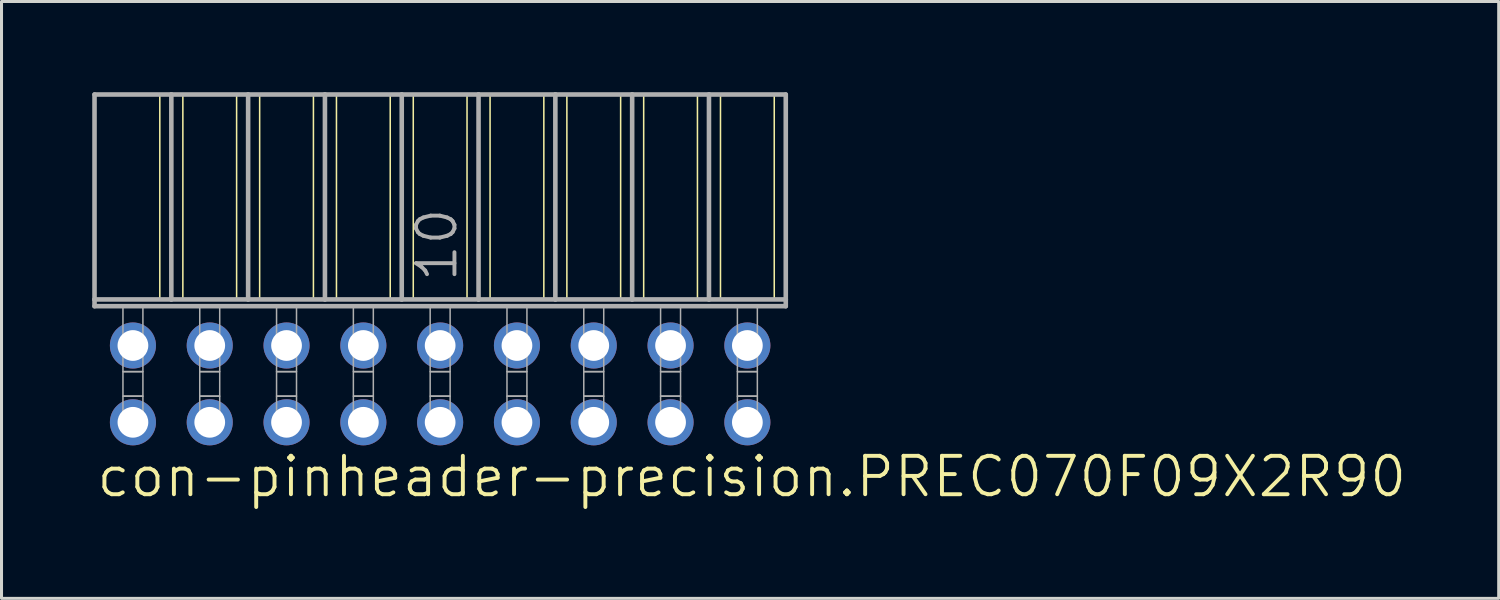
<source format=kicad_pcb>
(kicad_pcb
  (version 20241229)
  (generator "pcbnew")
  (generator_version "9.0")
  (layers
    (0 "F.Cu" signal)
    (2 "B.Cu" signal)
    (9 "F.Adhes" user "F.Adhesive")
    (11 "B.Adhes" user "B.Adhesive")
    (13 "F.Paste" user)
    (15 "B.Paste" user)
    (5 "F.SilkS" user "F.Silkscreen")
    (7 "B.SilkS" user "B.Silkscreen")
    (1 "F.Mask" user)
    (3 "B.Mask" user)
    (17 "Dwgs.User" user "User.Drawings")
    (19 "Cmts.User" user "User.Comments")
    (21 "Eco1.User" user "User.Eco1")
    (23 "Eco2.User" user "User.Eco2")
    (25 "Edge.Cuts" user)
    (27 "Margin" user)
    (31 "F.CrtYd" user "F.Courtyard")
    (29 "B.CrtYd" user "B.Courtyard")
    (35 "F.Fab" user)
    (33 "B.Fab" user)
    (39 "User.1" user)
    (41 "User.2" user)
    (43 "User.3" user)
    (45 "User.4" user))
  (footprint "con-pinheader-precision.PREC070F09X2R90"
    (layer "F.Cu")
    (at 11.506 9.646)
    (property "Reference" "con-pinheader-precision.PREC070F09X2R90" (at -11.43 3.81 0) (layer "F.SilkS") (effects (font (size 1.27 1.27) (thickness 0.13)) (justify left bottom)))
    (attr through_hole)
    (fp_line (start -9.271 -9.57) (end -9.271 -2.794) (stroke (width 0.051) (type default)) (layer "F.SilkS"))
    (fp_line (start -8.509 -9.57) (end -8.509 -2.794) (stroke (width 0.051) (type default)) (layer "F.SilkS"))
    (fp_line (start -6.731 -9.57) (end -6.731 -2.794) (stroke (width 0.051) (type default)) (layer "F.SilkS"))
    (fp_line (start -5.969 -9.57) (end -5.969 -2.794) (stroke (width 0.051) (type default)) (layer "F.SilkS"))
    (fp_line (start -4.191 -9.57) (end -4.191 -2.794) (stroke (width 0.051) (type default)) (layer "F.SilkS"))
    (fp_line (start -3.429 -9.57) (end -3.429 -2.794) (stroke (width 0.051) (type default)) (layer "F.SilkS"))
    (fp_line (start -1.651 -9.57) (end -1.651 -2.794) (stroke (width 0.051) (type default)) (layer "F.SilkS"))
    (fp_line (start -0.889 -9.57) (end -0.889 -2.794) (stroke (width 0.051) (type default)) (layer "F.SilkS"))
    (fp_line (start 0.889 -9.57) (end 0.889 -2.794) (stroke (width 0.051) (type default)) (layer "F.SilkS"))
    (fp_line (start 1.651 -9.57) (end 1.651 -2.794) (stroke (width 0.051) (type default)) (layer "F.SilkS"))
    (fp_line (start 3.429 -9.57) (end 3.429 -2.794) (stroke (width 0.051) (type default)) (layer "F.SilkS"))
    (fp_line (start 4.191 -9.57) (end 4.191 -2.794) (stroke (width 0.051) (type default)) (layer "F.SilkS"))
    (fp_line (start 5.969 -9.57) (end 5.969 -2.794) (stroke (width 0.051) (type default)) (layer "F.SilkS"))
    (fp_line (start 6.731 -9.57) (end 6.731 -2.794) (stroke (width 0.051) (type default)) (layer "F.SilkS"))
    (fp_line (start 8.509 -9.57) (end 8.509 -2.794) (stroke (width 0.051) (type default)) (layer "F.SilkS"))
    (fp_line (start 9.271 -9.57) (end 9.271 -2.794) (stroke (width 0.051) (type default)) (layer "F.SilkS"))
    (fp_line (start 11.049 -9.57) (end 11.049 -2.794) (stroke (width 0.051) (type default)) (layer "F.SilkS"))
    (fp_line (start -11.43 -9.57) (end -8.89 -9.57) (stroke (width 0.152) (type default)) (layer "F.Fab"))
    (fp_line (start -11.43 -2.794) (end -11.43 -9.57) (stroke (width 0.152) (type default)) (layer "F.Fab"))
    (fp_line (start -11.43 -2.57) (end -11.43 -2.794) (stroke (width 0.152) (type default)) (layer "F.Fab"))
    (fp_line (start -11.43 -2.57) (end 11.43 -2.57) (stroke (width 0.152) (type default)) (layer "F.Fab"))
    (fp_line (start -8.89 -9.57) (end -6.35 -9.57) (stroke (width 0.152) (type default)) (layer "F.Fab"))
    (fp_line (start -8.89 -2.794) (end -11.43 -2.794) (stroke (width 0.152) (type default)) (layer "F.Fab"))
    (fp_line (start -8.89 -2.794) (end -8.89 -9.57) (stroke (width 0.152) (type default)) (layer "F.Fab"))
    (fp_line (start -8.89 -2.794) (end -6.35 -2.794) (stroke (width 0.152) (type default)) (layer "F.Fab"))
    (fp_line (start -6.35 -9.57) (end -3.81 -9.57) (stroke (width 0.152) (type default)) (layer "F.Fab"))
    (fp_line (start -6.35 -2.794) (end -6.35 -9.57) (stroke (width 0.152) (type default)) (layer "F.Fab"))
    (fp_line (start -3.81 -9.57) (end -1.27 -9.57) (stroke (width 0.152) (type default)) (layer "F.Fab"))
    (fp_line (start -3.81 -2.794) (end -6.35 -2.794) (stroke (width 0.152) (type default)) (layer "F.Fab"))
    (fp_line (start -3.81 -2.794) (end -3.81 -9.57) (stroke (width 0.152) (type default)) (layer "F.Fab"))
    (fp_line (start -1.27 -9.57) (end 1.27 -9.57) (stroke (width 0.152) (type default)) (layer "F.Fab"))
    (fp_line (start -1.27 -2.794) (end -3.81 -2.794) (stroke (width 0.152) (type default)) (layer "F.Fab"))
    (fp_line (start -1.27 -2.794) (end -1.27 -9.57) (stroke (width 0.152) (type default)) (layer "F.Fab"))
    (fp_line (start 1.27 -9.57) (end 3.81 -9.57) (stroke (width 0.152) (type default)) (layer "F.Fab"))
    (fp_line (start 1.27 -2.794) (end -1.27 -2.794) (stroke (width 0.152) (type default)) (layer "F.Fab"))
    (fp_line (start 1.27 -2.794) (end 1.27 -9.57) (stroke (width 0.152) (type default)) (layer "F.Fab"))
    (fp_line (start 3.81 -9.57) (end 6.35 -9.57) (stroke (width 0.152) (type default)) (layer "F.Fab"))
    (fp_line (start 3.81 -2.794) (end 1.27 -2.794) (stroke (width 0.152) (type default)) (layer "F.Fab"))
    (fp_line (start 3.81 -2.794) (end 3.81 -9.57) (stroke (width 0.152) (type default)) (layer "F.Fab"))
    (fp_line (start 3.81 -2.794) (end 6.35 -2.794) (stroke (width 0.152) (type default)) (layer "F.Fab"))
    (fp_line (start 6.35 -9.57) (end 8.89 -9.57) (stroke (width 0.152) (type default)) (layer "F.Fab"))
    (fp_line (start 6.35 -2.794) (end 6.35 -9.57) (stroke (width 0.152) (type default)) (layer "F.Fab"))
    (fp_line (start 8.89 -9.57) (end 11.43 -9.57) (stroke (width 0.152) (type default)) (layer "F.Fab"))
    (fp_line (start 8.89 -2.794) (end 6.35 -2.794) (stroke (width 0.152) (type default)) (layer "F.Fab"))
    (fp_line (start 8.89 -2.794) (end 8.89 -9.57) (stroke (width 0.152) (type default)) (layer "F.Fab"))
    (fp_line (start 11.43 -2.794) (end 8.89 -2.794) (stroke (width 0.152) (type default)) (layer "F.Fab"))
    (fp_line (start 11.43 -2.794) (end 11.43 -9.57) (stroke (width 0.152) (type default)) (layer "F.Fab"))
    (fp_line (start 11.43 -2.57) (end 11.43 -2.794) (stroke (width 0.152) (type default)) (layer "F.Fab"))
    (fp_rect (start -10.49 -0.406) (end -9.83 -2.57) (stroke (width 0.05) (type default)) (fill no) (layer "F.Fab"))
    (fp_rect (start -10.49 0.406) (end -9.83 -0.406) (stroke (width 0.05) (type default)) (fill no) (layer "F.Fab"))
    (fp_rect (start -10.49 1.575) (end -9.83 0.406) (stroke (width 0.05) (type default)) (fill no) (layer "F.Fab"))
    (fp_rect (start -7.95 -0.406) (end -7.29 -2.57) (stroke (width 0.05) (type default)) (fill no) (layer "F.Fab"))
    (fp_rect (start -7.95 0.406) (end -7.29 -0.406) (stroke (width 0.05) (type default)) (fill no) (layer "F.Fab"))
    (fp_rect (start -7.95 1.575) (end -7.29 0.406) (stroke (width 0.05) (type default)) (fill no) (layer "F.Fab"))
    (fp_rect (start -5.41 -0.406) (end -4.75 -2.57) (stroke (width 0.05) (type default)) (fill no) (layer "F.Fab"))
    (fp_rect (start -5.41 0.406) (end -4.75 -0.406) (stroke (width 0.05) (type default)) (fill no) (layer "F.Fab"))
    (fp_rect (start -5.41 1.575) (end -4.75 0.406) (stroke (width 0.05) (type default)) (fill no) (layer "F.Fab"))
    (fp_rect (start -2.87 -0.406) (end -2.21 -2.57) (stroke (width 0.05) (type default)) (fill no) (layer "F.Fab"))
    (fp_rect (start -2.87 0.406) (end -2.21 -0.406) (stroke (width 0.05) (type default)) (fill no) (layer "F.Fab"))
    (fp_rect (start -2.87 1.575) (end -2.21 0.406) (stroke (width 0.05) (type default)) (fill no) (layer "F.Fab"))
    (fp_rect (start -0.33 -0.406) (end 0.33 -2.57) (stroke (width 0.05) (type default)) (fill no) (layer "F.Fab"))
    (fp_rect (start -0.33 0.406) (end 0.33 -0.406) (stroke (width 0.05) (type default)) (fill no) (layer "F.Fab"))
    (fp_rect (start -0.33 1.575) (end 0.33 0.406) (stroke (width 0.05) (type default)) (fill no) (layer "F.Fab"))
    (fp_rect (start 2.21 -0.406) (end 2.87 -2.57) (stroke (width 0.05) (type default)) (fill no) (layer "F.Fab"))
    (fp_rect (start 2.21 0.406) (end 2.87 -0.406) (stroke (width 0.05) (type default)) (fill no) (layer "F.Fab"))
    (fp_rect (start 2.21 1.575) (end 2.87 0.406) (stroke (width 0.05) (type default)) (fill no) (layer "F.Fab"))
    (fp_rect (start 4.75 -0.406) (end 5.41 -2.57) (stroke (width 0.05) (type default)) (fill no) (layer "F.Fab"))
    (fp_rect (start 4.75 0.406) (end 5.41 -0.406) (stroke (width 0.05) (type default)) (fill no) (layer "F.Fab"))
    (fp_rect (start 4.75 1.575) (end 5.41 0.406) (stroke (width 0.05) (type default)) (fill no) (layer "F.Fab"))
    (fp_rect (start 7.29 -0.406) (end 7.95 -2.57) (stroke (width 0.05) (type default)) (fill no) (layer "F.Fab"))
    (fp_rect (start 7.29 0.406) (end 7.95 -0.406) (stroke (width 0.05) (type default)) (fill no) (layer "F.Fab"))
    (fp_rect (start 7.29 1.575) (end 7.95 0.406) (stroke (width 0.05) (type default)) (fill no) (layer "F.Fab"))
    (fp_rect (start 9.83 -0.406) (end 10.49 -2.57) (stroke (width 0.05) (type default)) (fill no) (layer "F.Fab"))
    (fp_rect (start 9.83 0.406) (end 10.49 -0.406) (stroke (width 0.05) (type default)) (fill no) (layer "F.Fab"))
    (fp_rect (start 9.83 1.575) (end 10.49 0.406) (stroke (width 0.05) (type default)) (fill no) (layer "F.Fab"))
    (fp_text user "10" (at 0.635 -3.302 90) (layer "F.Fab") (effects (font (size 1.27 1.27) (thickness 0.13)) (justify left bottom)))
    (pad "1" thru_hole circle (at -10.16 -1.27 180) (size 1.524 1.524) (drill 1.016) (layers "*.Cu" "*.Mask"))
    (pad "2" thru_hole circle (at -10.16 1.27 180) (size 1.524 1.524) (drill 1.016) (layers "*.Cu" "*.Mask"))
    (pad "3" thru_hole circle (at -7.62 -1.27 180) (size 1.524 1.524) (drill 1.016) (layers "*.Cu" "*.Mask"))
    (pad "4" thru_hole circle (at -7.62 1.27 180) (size 1.524 1.524) (drill 1.016) (layers "*.Cu" "*.Mask"))
    (pad "5" thru_hole circle (at -5.08 -1.27 180) (size 1.524 1.524) (drill 1.016) (layers "*.Cu" "*.Mask"))
    (pad "6" thru_hole circle (at -5.08 1.27 180) (size 1.524 1.524) (drill 1.016) (layers "*.Cu" "*.Mask"))
    (pad "7" thru_hole circle (at -2.54 -1.27 180) (size 1.524 1.524) (drill 1.016) (layers "*.Cu" "*.Mask"))
    (pad "8" thru_hole circle (at -2.54 1.27 180) (size 1.524 1.524) (drill 1.016) (layers "*.Cu" "*.Mask"))
    (pad "9" thru_hole circle (at 0 -1.27 180) (size 1.524 1.524) (drill 1.016) (layers "*.Cu" "*.Mask"))
    (pad "10" thru_hole circle (at 0 1.27 180) (size 1.524 1.524) (drill 1.016) (layers "*.Cu" "*.Mask"))
    (pad "11" thru_hole circle (at 2.54 -1.27 180) (size 1.524 1.524) (drill 1.016) (layers "*.Cu" "*.Mask"))
    (pad "12" thru_hole circle (at 2.54 1.27 180) (size 1.524 1.524) (drill 1.016) (layers "*.Cu" "*.Mask"))
    (pad "13" thru_hole circle (at 5.08 -1.27 180) (size 1.524 1.524) (drill 1.016) (layers "*.Cu" "*.Mask"))
    (pad "14" thru_hole circle (at 5.08 1.27 180) (size 1.524 1.524) (drill 1.016) (layers "*.Cu" "*.Mask"))
    (pad "15" thru_hole circle (at 7.62 -1.27 180) (size 1.524 1.524) (drill 1.016) (layers "*.Cu" "*.Mask"))
    (pad "16" thru_hole circle (at 7.62 1.27 180) (size 1.524 1.524) (drill 1.016) (layers "*.Cu" "*.Mask"))
    (pad "17" thru_hole circle (at 10.16 -1.27 180) (size 1.524 1.524) (drill 1.016) (layers "*.Cu" "*.Mask"))
    (pad "18" thru_hole circle (at 10.16 1.27 180) (size 1.524 1.524) (drill 1.016) (layers "*.Cu" "*.Mask")))
  (gr_rect
    (start -3 -3)
    (end 46.513 16.738)
    (stroke (width 0.1) (type default))
    (fill no)
    (layer "Edge.Cuts")))
</source>
